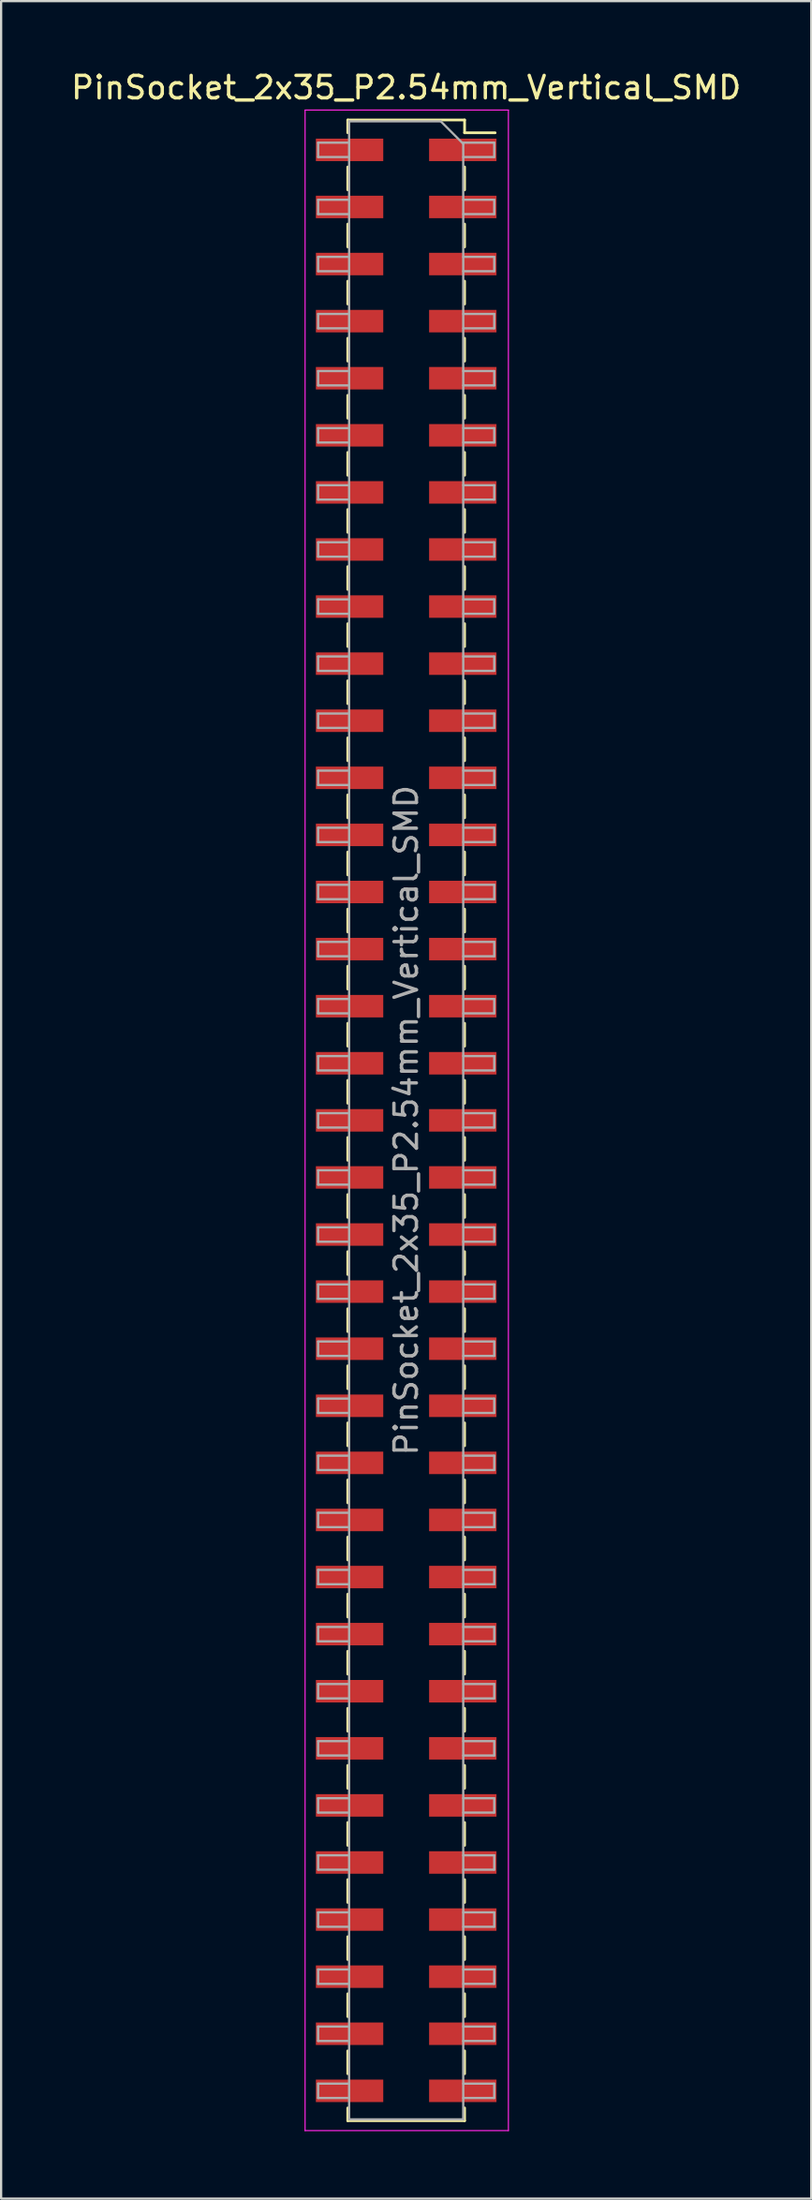
<source format=kicad_pcb>
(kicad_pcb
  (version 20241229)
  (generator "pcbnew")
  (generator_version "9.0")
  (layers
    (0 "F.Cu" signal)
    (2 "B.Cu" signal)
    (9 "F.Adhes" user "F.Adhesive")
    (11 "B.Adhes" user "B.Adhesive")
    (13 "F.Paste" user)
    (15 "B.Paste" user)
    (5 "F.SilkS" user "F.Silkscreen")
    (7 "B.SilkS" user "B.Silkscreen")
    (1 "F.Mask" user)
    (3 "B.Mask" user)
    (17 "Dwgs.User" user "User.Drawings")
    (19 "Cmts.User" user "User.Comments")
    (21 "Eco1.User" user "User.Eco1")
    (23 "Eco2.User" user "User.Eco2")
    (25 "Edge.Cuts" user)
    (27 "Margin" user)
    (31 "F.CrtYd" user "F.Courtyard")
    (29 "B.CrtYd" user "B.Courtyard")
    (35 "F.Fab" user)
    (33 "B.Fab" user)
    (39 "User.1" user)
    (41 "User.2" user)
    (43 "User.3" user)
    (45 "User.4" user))
  (footprint "PinSocket_2x35_P2.54mm_Vertical_SMD"
    (layer "F.Cu")
    (at 15.03 46.798)
    (property "Reference" "PinSocket_2x35_P2.54mm_Vertical_SMD" (at 0 -45.95 0) (layer "F.SilkS") (effects (font (size 1 1) (thickness 0.15))))
    (attr smd)
    (fp_line (start -2.6 -44.51) (end -2.6 -43.94) (stroke (width 0.12) (type solid)) (layer "F.SilkS"))
    (fp_line (start -2.6 -44.51) (end 2.6 -44.51) (stroke (width 0.12) (type solid)) (layer "F.SilkS"))
    (fp_line (start -2.6 -42.42) (end -2.6 -41.4) (stroke (width 0.12) (type solid)) (layer "F.SilkS"))
    (fp_line (start -2.6 -39.88) (end -2.6 -38.86) (stroke (width 0.12) (type solid)) (layer "F.SilkS"))
    (fp_line (start -2.6 -37.34) (end -2.6 -36.32) (stroke (width 0.12) (type solid)) (layer "F.SilkS"))
    (fp_line (start -2.6 -34.8) (end -2.6 -33.78) (stroke (width 0.12) (type solid)) (layer "F.SilkS"))
    (fp_line (start -2.6 -32.26) (end -2.6 -31.24) (stroke (width 0.12) (type solid)) (layer "F.SilkS"))
    (fp_line (start -2.6 -29.72) (end -2.6 -28.7) (stroke (width 0.12) (type solid)) (layer "F.SilkS"))
    (fp_line (start -2.6 -27.18) (end -2.6 -26.16) (stroke (width 0.12) (type solid)) (layer "F.SilkS"))
    (fp_line (start -2.6 -24.64) (end -2.6 -23.62) (stroke (width 0.12) (type solid)) (layer "F.SilkS"))
    (fp_line (start -2.6 -22.1) (end -2.6 -21.08) (stroke (width 0.12) (type solid)) (layer "F.SilkS"))
    (fp_line (start -2.6 -19.56) (end -2.6 -18.54) (stroke (width 0.12) (type solid)) (layer "F.SilkS"))
    (fp_line (start -2.6 -17.02) (end -2.6 -16) (stroke (width 0.12) (type solid)) (layer "F.SilkS"))
    (fp_line (start -2.6 -14.48) (end -2.6 -13.46) (stroke (width 0.12) (type solid)) (layer "F.SilkS"))
    (fp_line (start -2.6 -11.94) (end -2.6 -10.92) (stroke (width 0.12) (type solid)) (layer "F.SilkS"))
    (fp_line (start -2.6 -9.4) (end -2.6 -8.38) (stroke (width 0.12) (type solid)) (layer "F.SilkS"))
    (fp_line (start -2.6 -6.86) (end -2.6 -5.84) (stroke (width 0.12) (type solid)) (layer "F.SilkS"))
    (fp_line (start -2.6 -4.32) (end -2.6 -3.3) (stroke (width 0.12) (type solid)) (layer "F.SilkS"))
    (fp_line (start -2.6 -1.78) (end -2.6 -0.76) (stroke (width 0.12) (type solid)) (layer "F.SilkS"))
    (fp_line (start -2.6 0.76) (end -2.6 1.78) (stroke (width 0.12) (type solid)) (layer "F.SilkS"))
    (fp_line (start -2.6 3.3) (end -2.6 4.32) (stroke (width 0.12) (type solid)) (layer "F.SilkS"))
    (fp_line (start -2.6 5.84) (end -2.6 6.86) (stroke (width 0.12) (type solid)) (layer "F.SilkS"))
    (fp_line (start -2.6 8.38) (end -2.6 9.4) (stroke (width 0.12) (type solid)) (layer "F.SilkS"))
    (fp_line (start -2.6 10.92) (end -2.6 11.94) (stroke (width 0.12) (type solid)) (layer "F.SilkS"))
    (fp_line (start -2.6 13.46) (end -2.6 14.48) (stroke (width 0.12) (type solid)) (layer "F.SilkS"))
    (fp_line (start -2.6 16) (end -2.6 17.02) (stroke (width 0.12) (type solid)) (layer "F.SilkS"))
    (fp_line (start -2.6 18.54) (end -2.6 19.56) (stroke (width 0.12) (type solid)) (layer "F.SilkS"))
    (fp_line (start -2.6 21.08) (end -2.6 22.1) (stroke (width 0.12) (type solid)) (layer "F.SilkS"))
    (fp_line (start -2.6 23.62) (end -2.6 24.64) (stroke (width 0.12) (type solid)) (layer "F.SilkS"))
    (fp_line (start -2.6 26.16) (end -2.6 27.18) (stroke (width 0.12) (type solid)) (layer "F.SilkS"))
    (fp_line (start -2.6 28.7) (end -2.6 29.72) (stroke (width 0.12) (type solid)) (layer "F.SilkS"))
    (fp_line (start -2.6 31.24) (end -2.6 32.26) (stroke (width 0.12) (type solid)) (layer "F.SilkS"))
    (fp_line (start -2.6 33.78) (end -2.6 34.8) (stroke (width 0.12) (type solid)) (layer "F.SilkS"))
    (fp_line (start -2.6 36.32) (end -2.6 37.34) (stroke (width 0.12) (type solid)) (layer "F.SilkS"))
    (fp_line (start -2.6 38.86) (end -2.6 39.88) (stroke (width 0.12) (type solid)) (layer "F.SilkS"))
    (fp_line (start -2.6 41.4) (end -2.6 42.42) (stroke (width 0.12) (type solid)) (layer "F.SilkS"))
    (fp_line (start -2.6 43.94) (end -2.6 44.51) (stroke (width 0.12) (type solid)) (layer "F.SilkS"))
    (fp_line (start -2.6 44.51) (end 2.6 44.51) (stroke (width 0.12) (type solid)) (layer "F.SilkS"))
    (fp_line (start 2.6 -44.51) (end 2.6 -43.94) (stroke (width 0.12) (type solid)) (layer "F.SilkS"))
    (fp_line (start 2.6 -43.94) (end 3.96 -43.94) (stroke (width 0.12) (type solid)) (layer "F.SilkS"))
    (fp_line (start 2.6 -42.42) (end 2.6 -41.4) (stroke (width 0.12) (type solid)) (layer "F.SilkS"))
    (fp_line (start 2.6 -39.88) (end 2.6 -38.86) (stroke (width 0.12) (type solid)) (layer "F.SilkS"))
    (fp_line (start 2.6 -37.34) (end 2.6 -36.32) (stroke (width 0.12) (type solid)) (layer "F.SilkS"))
    (fp_line (start 2.6 -34.8) (end 2.6 -33.78) (stroke (width 0.12) (type solid)) (layer "F.SilkS"))
    (fp_line (start 2.6 -32.26) (end 2.6 -31.24) (stroke (width 0.12) (type solid)) (layer "F.SilkS"))
    (fp_line (start 2.6 -29.72) (end 2.6 -28.7) (stroke (width 0.12) (type solid)) (layer "F.SilkS"))
    (fp_line (start 2.6 -27.18) (end 2.6 -26.16) (stroke (width 0.12) (type solid)) (layer "F.SilkS"))
    (fp_line (start 2.6 -24.64) (end 2.6 -23.62) (stroke (width 0.12) (type solid)) (layer "F.SilkS"))
    (fp_line (start 2.6 -22.1) (end 2.6 -21.08) (stroke (width 0.12) (type solid)) (layer "F.SilkS"))
    (fp_line (start 2.6 -19.56) (end 2.6 -18.54) (stroke (width 0.12) (type solid)) (layer "F.SilkS"))
    (fp_line (start 2.6 -17.02) (end 2.6 -16) (stroke (width 0.12) (type solid)) (layer "F.SilkS"))
    (fp_line (start 2.6 -14.48) (end 2.6 -13.46) (stroke (width 0.12) (type solid)) (layer "F.SilkS"))
    (fp_line (start 2.6 -11.94) (end 2.6 -10.92) (stroke (width 0.12) (type solid)) (layer "F.SilkS"))
    (fp_line (start 2.6 -9.4) (end 2.6 -8.38) (stroke (width 0.12) (type solid)) (layer "F.SilkS"))
    (fp_line (start 2.6 -6.86) (end 2.6 -5.84) (stroke (width 0.12) (type solid)) (layer "F.SilkS"))
    (fp_line (start 2.6 -4.32) (end 2.6 -3.3) (stroke (width 0.12) (type solid)) (layer "F.SilkS"))
    (fp_line (start 2.6 -1.78) (end 2.6 -0.76) (stroke (width 0.12) (type solid)) (layer "F.SilkS"))
    (fp_line (start 2.6 0.76) (end 2.6 1.78) (stroke (width 0.12) (type solid)) (layer "F.SilkS"))
    (fp_line (start 2.6 3.3) (end 2.6 4.32) (stroke (width 0.12) (type solid)) (layer "F.SilkS"))
    (fp_line (start 2.6 5.84) (end 2.6 6.86) (stroke (width 0.12) (type solid)) (layer "F.SilkS"))
    (fp_line (start 2.6 8.38) (end 2.6 9.4) (stroke (width 0.12) (type solid)) (layer "F.SilkS"))
    (fp_line (start 2.6 10.92) (end 2.6 11.94) (stroke (width 0.12) (type solid)) (layer "F.SilkS"))
    (fp_line (start 2.6 13.46) (end 2.6 14.48) (stroke (width 0.12) (type solid)) (layer "F.SilkS"))
    (fp_line (start 2.6 16) (end 2.6 17.02) (stroke (width 0.12) (type solid)) (layer "F.SilkS"))
    (fp_line (start 2.6 18.54) (end 2.6 19.56) (stroke (width 0.12) (type solid)) (layer "F.SilkS"))
    (fp_line (start 2.6 21.08) (end 2.6 22.1) (stroke (width 0.12) (type solid)) (layer "F.SilkS"))
    (fp_line (start 2.6 23.62) (end 2.6 24.64) (stroke (width 0.12) (type solid)) (layer "F.SilkS"))
    (fp_line (start 2.6 26.16) (end 2.6 27.18) (stroke (width 0.12) (type solid)) (layer "F.SilkS"))
    (fp_line (start 2.6 28.7) (end 2.6 29.72) (stroke (width 0.12) (type solid)) (layer "F.SilkS"))
    (fp_line (start 2.6 31.24) (end 2.6 32.26) (stroke (width 0.12) (type solid)) (layer "F.SilkS"))
    (fp_line (start 2.6 33.78) (end 2.6 34.8) (stroke (width 0.12) (type solid)) (layer "F.SilkS"))
    (fp_line (start 2.6 36.32) (end 2.6 37.34) (stroke (width 0.12) (type solid)) (layer "F.SilkS"))
    (fp_line (start 2.6 38.86) (end 2.6 39.88) (stroke (width 0.12) (type solid)) (layer "F.SilkS"))
    (fp_line (start 2.6 41.4) (end 2.6 42.42) (stroke (width 0.12) (type solid)) (layer "F.SilkS"))
    (fp_line (start 2.6 43.94) (end 2.6 44.51) (stroke (width 0.12) (type solid)) (layer "F.SilkS"))
    (fp_line (start -4.5 -44.95) (end 4.55 -44.95) (stroke (width 0.05) (type solid)) (layer "F.CrtYd"))
    (fp_line (start -4.5 44.95) (end -4.5 -44.95) (stroke (width 0.05) (type solid)) (layer "F.CrtYd"))
    (fp_line (start 4.55 -44.95) (end 4.55 44.95) (stroke (width 0.05) (type solid)) (layer "F.CrtYd"))
    (fp_line (start 4.55 44.95) (end -4.5 44.95) (stroke (width 0.05) (type solid)) (layer "F.CrtYd"))
    (fp_line (start -3.92 -43.5) (end -2.54 -43.5) (stroke (width 0.1) (type solid)) (layer "F.Fab"))
    (fp_line (start -3.92 -42.86) (end -3.92 -43.5) (stroke (width 0.1) (type solid)) (layer "F.Fab"))
    (fp_line (start -3.92 -40.96) (end -2.54 -40.96) (stroke (width 0.1) (type solid)) (layer "F.Fab"))
    (fp_line (start -3.92 -40.32) (end -3.92 -40.96) (stroke (width 0.1) (type solid)) (layer "F.Fab"))
    (fp_line (start -3.92 -38.42) (end -2.54 -38.42) (stroke (width 0.1) (type solid)) (layer "F.Fab"))
    (fp_line (start -3.92 -37.78) (end -3.92 -38.42) (stroke (width 0.1) (type solid)) (layer "F.Fab"))
    (fp_line (start -3.92 -35.88) (end -2.54 -35.88) (stroke (width 0.1) (type solid)) (layer "F.Fab"))
    (fp_line (start -3.92 -35.24) (end -3.92 -35.88) (stroke (width 0.1) (type solid)) (layer "F.Fab"))
    (fp_line (start -3.92 -33.34) (end -2.54 -33.34) (stroke (width 0.1) (type solid)) (layer "F.Fab"))
    (fp_line (start -3.92 -32.7) (end -3.92 -33.34) (stroke (width 0.1) (type solid)) (layer "F.Fab"))
    (fp_line (start -3.92 -30.8) (end -2.54 -30.8) (stroke (width 0.1) (type solid)) (layer "F.Fab"))
    (fp_line (start -3.92 -30.16) (end -3.92 -30.8) (stroke (width 0.1) (type solid)) (layer "F.Fab"))
    (fp_line (start -3.92 -28.26) (end -2.54 -28.26) (stroke (width 0.1) (type solid)) (layer "F.Fab"))
    (fp_line (start -3.92 -27.62) (end -3.92 -28.26) (stroke (width 0.1) (type solid)) (layer "F.Fab"))
    (fp_line (start -3.92 -25.72) (end -2.54 -25.72) (stroke (width 0.1) (type solid)) (layer "F.Fab"))
    (fp_line (start -3.92 -25.08) (end -3.92 -25.72) (stroke (width 0.1) (type solid)) (layer "F.Fab"))
    (fp_line (start -3.92 -23.18) (end -2.54 -23.18) (stroke (width 0.1) (type solid)) (layer "F.Fab"))
    (fp_line (start -3.92 -22.54) (end -3.92 -23.18) (stroke (width 0.1) (type solid)) (layer "F.Fab"))
    (fp_line (start -3.92 -20.64) (end -2.54 -20.64) (stroke (width 0.1) (type solid)) (layer "F.Fab"))
    (fp_line (start -3.92 -20) (end -3.92 -20.64) (stroke (width 0.1) (type solid)) (layer "F.Fab"))
    (fp_line (start -3.92 -18.1) (end -2.54 -18.1) (stroke (width 0.1) (type solid)) (layer "F.Fab"))
    (fp_line (start -3.92 -17.46) (end -3.92 -18.1) (stroke (width 0.1) (type solid)) (layer "F.Fab"))
    (fp_line (start -3.92 -15.56) (end -2.54 -15.56) (stroke (width 0.1) (type solid)) (layer "F.Fab"))
    (fp_line (start -3.92 -14.92) (end -3.92 -15.56) (stroke (width 0.1) (type solid)) (layer "F.Fab"))
    (fp_line (start -3.92 -13.02) (end -2.54 -13.02) (stroke (width 0.1) (type solid)) (layer "F.Fab"))
    (fp_line (start -3.92 -12.38) (end -3.92 -13.02) (stroke (width 0.1) (type solid)) (layer "F.Fab"))
    (fp_line (start -3.92 -10.48) (end -2.54 -10.48) (stroke (width 0.1) (type solid)) (layer "F.Fab"))
    (fp_line (start -3.92 -9.84) (end -3.92 -10.48) (stroke (width 0.1) (type solid)) (layer "F.Fab"))
    (fp_line (start -3.92 -7.94) (end -2.54 -7.94) (stroke (width 0.1) (type solid)) (layer "F.Fab"))
    (fp_line (start -3.92 -7.3) (end -3.92 -7.94) (stroke (width 0.1) (type solid)) (layer "F.Fab"))
    (fp_line (start -3.92 -5.4) (end -2.54 -5.4) (stroke (width 0.1) (type solid)) (layer "F.Fab"))
    (fp_line (start -3.92 -4.76) (end -3.92 -5.4) (stroke (width 0.1) (type solid)) (layer "F.Fab"))
    (fp_line (start -3.92 -2.86) (end -2.54 -2.86) (stroke (width 0.1) (type solid)) (layer "F.Fab"))
    (fp_line (start -3.92 -2.22) (end -3.92 -2.86) (stroke (width 0.1) (type solid)) (layer "F.Fab"))
    (fp_line (start -3.92 -0.32) (end -2.54 -0.32) (stroke (width 0.1) (type solid)) (layer "F.Fab"))
    (fp_line (start -3.92 0.32) (end -3.92 -0.32) (stroke (width 0.1) (type solid)) (layer "F.Fab"))
    (fp_line (start -3.92 2.22) (end -2.54 2.22) (stroke (width 0.1) (type solid)) (layer "F.Fab"))
    (fp_line (start -3.92 2.86) (end -3.92 2.22) (stroke (width 0.1) (type solid)) (layer "F.Fab"))
    (fp_line (start -3.92 4.76) (end -2.54 4.76) (stroke (width 0.1) (type solid)) (layer "F.Fab"))
    (fp_line (start -3.92 5.4) (end -3.92 4.76) (stroke (width 0.1) (type solid)) (layer "F.Fab"))
    (fp_line (start -3.92 7.3) (end -2.54 7.3) (stroke (width 0.1) (type solid)) (layer "F.Fab"))
    (fp_line (start -3.92 7.94) (end -3.92 7.3) (stroke (width 0.1) (type solid)) (layer "F.Fab"))
    (fp_line (start -3.92 9.84) (end -2.54 9.84) (stroke (width 0.1) (type solid)) (layer "F.Fab"))
    (fp_line (start -3.92 10.48) (end -3.92 9.84) (stroke (width 0.1) (type solid)) (layer "F.Fab"))
    (fp_line (start -3.92 12.38) (end -2.54 12.38) (stroke (width 0.1) (type solid)) (layer "F.Fab"))
    (fp_line (start -3.92 13.02) (end -3.92 12.38) (stroke (width 0.1) (type solid)) (layer "F.Fab"))
    (fp_line (start -3.92 14.92) (end -2.54 14.92) (stroke (width 0.1) (type solid)) (layer "F.Fab"))
    (fp_line (start -3.92 15.56) (end -3.92 14.92) (stroke (width 0.1) (type solid)) (layer "F.Fab"))
    (fp_line (start -3.92 17.46) (end -2.54 17.46) (stroke (width 0.1) (type solid)) (layer "F.Fab"))
    (fp_line (start -3.92 18.1) (end -3.92 17.46) (stroke (width 0.1) (type solid)) (layer "F.Fab"))
    (fp_line (start -3.92 20) (end -2.54 20) (stroke (width 0.1) (type solid)) (layer "F.Fab"))
    (fp_line (start -3.92 20.64) (end -3.92 20) (stroke (width 0.1) (type solid)) (layer "F.Fab"))
    (fp_line (start -3.92 22.54) (end -2.54 22.54) (stroke (width 0.1) (type solid)) (layer "F.Fab"))
    (fp_line (start -3.92 23.18) (end -3.92 22.54) (stroke (width 0.1) (type solid)) (layer "F.Fab"))
    (fp_line (start -3.92 25.08) (end -2.54 25.08) (stroke (width 0.1) (type solid)) (layer "F.Fab"))
    (fp_line (start -3.92 25.72) (end -3.92 25.08) (stroke (width 0.1) (type solid)) (layer "F.Fab"))
    (fp_line (start -3.92 27.62) (end -2.54 27.62) (stroke (width 0.1) (type solid)) (layer "F.Fab"))
    (fp_line (start -3.92 28.26) (end -3.92 27.62) (stroke (width 0.1) (type solid)) (layer "F.Fab"))
    (fp_line (start -3.92 30.16) (end -2.54 30.16) (stroke (width 0.1) (type solid)) (layer "F.Fab"))
    (fp_line (start -3.92 30.8) (end -3.92 30.16) (stroke (width 0.1) (type solid)) (layer "F.Fab"))
    (fp_line (start -3.92 32.7) (end -2.54 32.7) (stroke (width 0.1) (type solid)) (layer "F.Fab"))
    (fp_line (start -3.92 33.34) (end -3.92 32.7) (stroke (width 0.1) (type solid)) (layer "F.Fab"))
    (fp_line (start -3.92 35.24) (end -2.54 35.24) (stroke (width 0.1) (type solid)) (layer "F.Fab"))
    (fp_line (start -3.92 35.88) (end -3.92 35.24) (stroke (width 0.1) (type solid)) (layer "F.Fab"))
    (fp_line (start -3.92 37.78) (end -2.54 37.78) (stroke (width 0.1) (type solid)) (layer "F.Fab"))
    (fp_line (start -3.92 38.42) (end -3.92 37.78) (stroke (width 0.1) (type solid)) (layer "F.Fab"))
    (fp_line (start -3.92 40.32) (end -2.54 40.32) (stroke (width 0.1) (type solid)) (layer "F.Fab"))
    (fp_line (start -3.92 40.96) (end -3.92 40.32) (stroke (width 0.1) (type solid)) (layer "F.Fab"))
    (fp_line (start -3.92 42.86) (end -2.54 42.86) (stroke (width 0.1) (type solid)) (layer "F.Fab"))
    (fp_line (start -3.92 43.5) (end -3.92 42.86) (stroke (width 0.1) (type solid)) (layer "F.Fab"))
    (fp_line (start -2.54 -44.45) (end 1.54 -44.45) (stroke (width 0.1) (type solid)) (layer "F.Fab"))
    (fp_line (start -2.54 -42.86) (end -3.92 -42.86) (stroke (width 0.1) (type solid)) (layer "F.Fab"))
    (fp_line (start -2.54 -40.32) (end -3.92 -40.32) (stroke (width 0.1) (type solid)) (layer "F.Fab"))
    (fp_line (start -2.54 -37.78) (end -3.92 -37.78) (stroke (width 0.1) (type solid)) (layer "F.Fab"))
    (fp_line (start -2.54 -35.24) (end -3.92 -35.24) (stroke (width 0.1) (type solid)) (layer "F.Fab"))
    (fp_line (start -2.54 -32.7) (end -3.92 -32.7) (stroke (width 0.1) (type solid)) (layer "F.Fab"))
    (fp_line (start -2.54 -30.16) (end -3.92 -30.16) (stroke (width 0.1) (type solid)) (layer "F.Fab"))
    (fp_line (start -2.54 -27.62) (end -3.92 -27.62) (stroke (width 0.1) (type solid)) (layer "F.Fab"))
    (fp_line (start -2.54 -25.08) (end -3.92 -25.08) (stroke (width 0.1) (type solid)) (layer "F.Fab"))
    (fp_line (start -2.54 -22.54) (end -3.92 -22.54) (stroke (width 0.1) (type solid)) (layer "F.Fab"))
    (fp_line (start -2.54 -20) (end -3.92 -20) (stroke (width 0.1) (type solid)) (layer "F.Fab"))
    (fp_line (start -2.54 -17.46) (end -3.92 -17.46) (stroke (width 0.1) (type solid)) (layer "F.Fab"))
    (fp_line (start -2.54 -14.92) (end -3.92 -14.92) (stroke (width 0.1) (type solid)) (layer "F.Fab"))
    (fp_line (start -2.54 -12.38) (end -3.92 -12.38) (stroke (width 0.1) (type solid)) (layer "F.Fab"))
    (fp_line (start -2.54 -9.84) (end -3.92 -9.84) (stroke (width 0.1) (type solid)) (layer "F.Fab"))
    (fp_line (start -2.54 -7.3) (end -3.92 -7.3) (stroke (width 0.1) (type solid)) (layer "F.Fab"))
    (fp_line (start -2.54 -4.76) (end -3.92 -4.76) (stroke (width 0.1) (type solid)) (layer "F.Fab"))
    (fp_line (start -2.54 -2.22) (end -3.92 -2.22) (stroke (width 0.1) (type solid)) (layer "F.Fab"))
    (fp_line (start -2.54 0.32) (end -3.92 0.32) (stroke (width 0.1) (type solid)) (layer "F.Fab"))
    (fp_line (start -2.54 2.86) (end -3.92 2.86) (stroke (width 0.1) (type solid)) (layer "F.Fab"))
    (fp_line (start -2.54 5.4) (end -3.92 5.4) (stroke (width 0.1) (type solid)) (layer "F.Fab"))
    (fp_line (start -2.54 7.94) (end -3.92 7.94) (stroke (width 0.1) (type solid)) (layer "F.Fab"))
    (fp_line (start -2.54 10.48) (end -3.92 10.48) (stroke (width 0.1) (type solid)) (layer "F.Fab"))
    (fp_line (start -2.54 13.02) (end -3.92 13.02) (stroke (width 0.1) (type solid)) (layer "F.Fab"))
    (fp_line (start -2.54 15.56) (end -3.92 15.56) (stroke (width 0.1) (type solid)) (layer "F.Fab"))
    (fp_line (start -2.54 18.1) (end -3.92 18.1) (stroke (width 0.1) (type solid)) (layer "F.Fab"))
    (fp_line (start -2.54 20.64) (end -3.92 20.64) (stroke (width 0.1) (type solid)) (layer "F.Fab"))
    (fp_line (start -2.54 23.18) (end -3.92 23.18) (stroke (width 0.1) (type solid)) (layer "F.Fab"))
    (fp_line (start -2.54 25.72) (end -3.92 25.72) (stroke (width 0.1) (type solid)) (layer "F.Fab"))
    (fp_line (start -2.54 28.26) (end -3.92 28.26) (stroke (width 0.1) (type solid)) (layer "F.Fab"))
    (fp_line (start -2.54 30.8) (end -3.92 30.8) (stroke (width 0.1) (type solid)) (layer "F.Fab"))
    (fp_line (start -2.54 33.34) (end -3.92 33.34) (stroke (width 0.1) (type solid)) (layer "F.Fab"))
    (fp_line (start -2.54 35.88) (end -3.92 35.88) (stroke (width 0.1) (type solid)) (layer "F.Fab"))
    (fp_line (start -2.54 38.42) (end -3.92 38.42) (stroke (width 0.1) (type solid)) (layer "F.Fab"))
    (fp_line (start -2.54 40.96) (end -3.92 40.96) (stroke (width 0.1) (type solid)) (layer "F.Fab"))
    (fp_line (start -2.54 43.5) (end -3.92 43.5) (stroke (width 0.1) (type solid)) (layer "F.Fab"))
    (fp_line (start -2.54 44.45) (end -2.54 -44.45) (stroke (width 0.1) (type solid)) (layer "F.Fab"))
    (fp_line (start 1.54 -44.45) (end 2.54 -43.45) (stroke (width 0.1) (type solid)) (layer "F.Fab"))
    (fp_line (start 2.54 -43.5) (end 3.92 -43.5) (stroke (width 0.1) (type solid)) (layer "F.Fab"))
    (fp_line (start 2.54 -43.45) (end 2.54 44.45) (stroke (width 0.1) (type solid)) (layer "F.Fab"))
    (fp_line (start 2.54 -40.96) (end 3.92 -40.96) (stroke (width 0.1) (type solid)) (layer "F.Fab"))
    (fp_line (start 2.54 -38.42) (end 3.92 -38.42) (stroke (width 0.1) (type solid)) (layer "F.Fab"))
    (fp_line (start 2.54 -35.88) (end 3.92 -35.88) (stroke (width 0.1) (type solid)) (layer "F.Fab"))
    (fp_line (start 2.54 -33.34) (end 3.92 -33.34) (stroke (width 0.1) (type solid)) (layer "F.Fab"))
    (fp_line (start 2.54 -30.8) (end 3.92 -30.8) (stroke (width 0.1) (type solid)) (layer "F.Fab"))
    (fp_line (start 2.54 -28.26) (end 3.92 -28.26) (stroke (width 0.1) (type solid)) (layer "F.Fab"))
    (fp_line (start 2.54 -25.72) (end 3.92 -25.72) (stroke (width 0.1) (type solid)) (layer "F.Fab"))
    (fp_line (start 2.54 -23.18) (end 3.92 -23.18) (stroke (width 0.1) (type solid)) (layer "F.Fab"))
    (fp_line (start 2.54 -20.64) (end 3.92 -20.64) (stroke (width 0.1) (type solid)) (layer "F.Fab"))
    (fp_line (start 2.54 -18.1) (end 3.92 -18.1) (stroke (width 0.1) (type solid)) (layer "F.Fab"))
    (fp_line (start 2.54 -15.56) (end 3.92 -15.56) (stroke (width 0.1) (type solid)) (layer "F.Fab"))
    (fp_line (start 2.54 -13.02) (end 3.92 -13.02) (stroke (width 0.1) (type solid)) (layer "F.Fab"))
    (fp_line (start 2.54 -10.48) (end 3.92 -10.48) (stroke (width 0.1) (type solid)) (layer "F.Fab"))
    (fp_line (start 2.54 -7.94) (end 3.92 -7.94) (stroke (width 0.1) (type solid)) (layer "F.Fab"))
    (fp_line (start 2.54 -5.4) (end 3.92 -5.4) (stroke (width 0.1) (type solid)) (layer "F.Fab"))
    (fp_line (start 2.54 -2.86) (end 3.92 -2.86) (stroke (width 0.1) (type solid)) (layer "F.Fab"))
    (fp_line (start 2.54 -0.32) (end 3.92 -0.32) (stroke (width 0.1) (type solid)) (layer "F.Fab"))
    (fp_line (start 2.54 2.22) (end 3.92 2.22) (stroke (width 0.1) (type solid)) (layer "F.Fab"))
    (fp_line (start 2.54 4.76) (end 3.92 4.76) (stroke (width 0.1) (type solid)) (layer "F.Fab"))
    (fp_line (start 2.54 7.3) (end 3.92 7.3) (stroke (width 0.1) (type solid)) (layer "F.Fab"))
    (fp_line (start 2.54 9.84) (end 3.92 9.84) (stroke (width 0.1) (type solid)) (layer "F.Fab"))
    (fp_line (start 2.54 12.38) (end 3.92 12.38) (stroke (width 0.1) (type solid)) (layer "F.Fab"))
    (fp_line (start 2.54 14.92) (end 3.92 14.92) (stroke (width 0.1) (type solid)) (layer "F.Fab"))
    (fp_line (start 2.54 17.46) (end 3.92 17.46) (stroke (width 0.1) (type solid)) (layer "F.Fab"))
    (fp_line (start 2.54 20) (end 3.92 20) (stroke (width 0.1) (type solid)) (layer "F.Fab"))
    (fp_line (start 2.54 22.54) (end 3.92 22.54) (stroke (width 0.1) (type solid)) (layer "F.Fab"))
    (fp_line (start 2.54 25.08) (end 3.92 25.08) (stroke (width 0.1) (type solid)) (layer "F.Fab"))
    (fp_line (start 2.54 27.62) (end 3.92 27.62) (stroke (width 0.1) (type solid)) (layer "F.Fab"))
    (fp_line (start 2.54 30.16) (end 3.92 30.16) (stroke (width 0.1) (type solid)) (layer "F.Fab"))
    (fp_line (start 2.54 32.7) (end 3.92 32.7) (stroke (width 0.1) (type solid)) (layer "F.Fab"))
    (fp_line (start 2.54 35.24) (end 3.92 35.24) (stroke (width 0.1) (type solid)) (layer "F.Fab"))
    (fp_line (start 2.54 37.78) (end 3.92 37.78) (stroke (width 0.1) (type solid)) (layer "F.Fab"))
    (fp_line (start 2.54 40.32) (end 3.92 40.32) (stroke (width 0.1) (type solid)) (layer "F.Fab"))
    (fp_line (start 2.54 42.86) (end 3.92 42.86) (stroke (width 0.1) (type solid)) (layer "F.Fab"))
    (fp_line (start 2.54 44.45) (end -2.54 44.45) (stroke (width 0.1) (type solid)) (layer "F.Fab"))
    (fp_line (start 3.92 -43.5) (end 3.92 -42.86) (stroke (width 0.1) (type solid)) (layer "F.Fab"))
    (fp_line (start 3.92 -42.86) (end 2.54 -42.86) (stroke (width 0.1) (type solid)) (layer "F.Fab"))
    (fp_line (start 3.92 -40.96) (end 3.92 -40.32) (stroke (width 0.1) (type solid)) (layer "F.Fab"))
    (fp_line (start 3.92 -40.32) (end 2.54 -40.32) (stroke (width 0.1) (type solid)) (layer "F.Fab"))
    (fp_line (start 3.92 -38.42) (end 3.92 -37.78) (stroke (width 0.1) (type solid)) (layer "F.Fab"))
    (fp_line (start 3.92 -37.78) (end 2.54 -37.78) (stroke (width 0.1) (type solid)) (layer "F.Fab"))
    (fp_line (start 3.92 -35.88) (end 3.92 -35.24) (stroke (width 0.1) (type solid)) (layer "F.Fab"))
    (fp_line (start 3.92 -35.24) (end 2.54 -35.24) (stroke (width 0.1) (type solid)) (layer "F.Fab"))
    (fp_line (start 3.92 -33.34) (end 3.92 -32.7) (stroke (width 0.1) (type solid)) (layer "F.Fab"))
    (fp_line (start 3.92 -32.7) (end 2.54 -32.7) (stroke (width 0.1) (type solid)) (layer "F.Fab"))
    (fp_line (start 3.92 -30.8) (end 3.92 -30.16) (stroke (width 0.1) (type solid)) (layer "F.Fab"))
    (fp_line (start 3.92 -30.16) (end 2.54 -30.16) (stroke (width 0.1) (type solid)) (layer "F.Fab"))
    (fp_line (start 3.92 -28.26) (end 3.92 -27.62) (stroke (width 0.1) (type solid)) (layer "F.Fab"))
    (fp_line (start 3.92 -27.62) (end 2.54 -27.62) (stroke (width 0.1) (type solid)) (layer "F.Fab"))
    (fp_line (start 3.92 -25.72) (end 3.92 -25.08) (stroke (width 0.1) (type solid)) (layer "F.Fab"))
    (fp_line (start 3.92 -25.08) (end 2.54 -25.08) (stroke (width 0.1) (type solid)) (layer "F.Fab"))
    (fp_line (start 3.92 -23.18) (end 3.92 -22.54) (stroke (width 0.1) (type solid)) (layer "F.Fab"))
    (fp_line (start 3.92 -22.54) (end 2.54 -22.54) (stroke (width 0.1) (type solid)) (layer "F.Fab"))
    (fp_line (start 3.92 -20.64) (end 3.92 -20) (stroke (width 0.1) (type solid)) (layer "F.Fab"))
    (fp_line (start 3.92 -20) (end 2.54 -20) (stroke (width 0.1) (type solid)) (layer "F.Fab"))
    (fp_line (start 3.92 -18.1) (end 3.92 -17.46) (stroke (width 0.1) (type solid)) (layer "F.Fab"))
    (fp_line (start 3.92 -17.46) (end 2.54 -17.46) (stroke (width 0.1) (type solid)) (layer "F.Fab"))
    (fp_line (start 3.92 -15.56) (end 3.92 -14.92) (stroke (width 0.1) (type solid)) (layer "F.Fab"))
    (fp_line (start 3.92 -14.92) (end 2.54 -14.92) (stroke (width 0.1) (type solid)) (layer "F.Fab"))
    (fp_line (start 3.92 -13.02) (end 3.92 -12.38) (stroke (width 0.1) (type solid)) (layer "F.Fab"))
    (fp_line (start 3.92 -12.38) (end 2.54 -12.38) (stroke (width 0.1) (type solid)) (layer "F.Fab"))
    (fp_line (start 3.92 -10.48) (end 3.92 -9.84) (stroke (width 0.1) (type solid)) (layer "F.Fab"))
    (fp_line (start 3.92 -9.84) (end 2.54 -9.84) (stroke (width 0.1) (type solid)) (layer "F.Fab"))
    (fp_line (start 3.92 -7.94) (end 3.92 -7.3) (stroke (width 0.1) (type solid)) (layer "F.Fab"))
    (fp_line (start 3.92 -7.3) (end 2.54 -7.3) (stroke (width 0.1) (type solid)) (layer "F.Fab"))
    (fp_line (start 3.92 -5.4) (end 3.92 -4.76) (stroke (width 0.1) (type solid)) (layer "F.Fab"))
    (fp_line (start 3.92 -4.76) (end 2.54 -4.76) (stroke (width 0.1) (type solid)) (layer "F.Fab"))
    (fp_line (start 3.92 -2.86) (end 3.92 -2.22) (stroke (width 0.1) (type solid)) (layer "F.Fab"))
    (fp_line (start 3.92 -2.22) (end 2.54 -2.22) (stroke (width 0.1) (type solid)) (layer "F.Fab"))
    (fp_line (start 3.92 -0.32) (end 3.92 0.32) (stroke (width 0.1) (type solid)) (layer "F.Fab"))
    (fp_line (start 3.92 0.32) (end 2.54 0.32) (stroke (width 0.1) (type solid)) (layer "F.Fab"))
    (fp_line (start 3.92 2.22) (end 3.92 2.86) (stroke (width 0.1) (type solid)) (layer "F.Fab"))
    (fp_line (start 3.92 2.86) (end 2.54 2.86) (stroke (width 0.1) (type solid)) (layer "F.Fab"))
    (fp_line (start 3.92 4.76) (end 3.92 5.4) (stroke (width 0.1) (type solid)) (layer "F.Fab"))
    (fp_line (start 3.92 5.4) (end 2.54 5.4) (stroke (width 0.1) (type solid)) (layer "F.Fab"))
    (fp_line (start 3.92 7.3) (end 3.92 7.94) (stroke (width 0.1) (type solid)) (layer "F.Fab"))
    (fp_line (start 3.92 7.94) (end 2.54 7.94) (stroke (width 0.1) (type solid)) (layer "F.Fab"))
    (fp_line (start 3.92 9.84) (end 3.92 10.48) (stroke (width 0.1) (type solid)) (layer "F.Fab"))
    (fp_line (start 3.92 10.48) (end 2.54 10.48) (stroke (width 0.1) (type solid)) (layer "F.Fab"))
    (fp_line (start 3.92 12.38) (end 3.92 13.02) (stroke (width 0.1) (type solid)) (layer "F.Fab"))
    (fp_line (start 3.92 13.02) (end 2.54 13.02) (stroke (width 0.1) (type solid)) (layer "F.Fab"))
    (fp_line (start 3.92 14.92) (end 3.92 15.56) (stroke (width 0.1) (type solid)) (layer "F.Fab"))
    (fp_line (start 3.92 15.56) (end 2.54 15.56) (stroke (width 0.1) (type solid)) (layer "F.Fab"))
    (fp_line (start 3.92 17.46) (end 3.92 18.1) (stroke (width 0.1) (type solid)) (layer "F.Fab"))
    (fp_line (start 3.92 18.1) (end 2.54 18.1) (stroke (width 0.1) (type solid)) (layer "F.Fab"))
    (fp_line (start 3.92 20) (end 3.92 20.64) (stroke (width 0.1) (type solid)) (layer "F.Fab"))
    (fp_line (start 3.92 20.64) (end 2.54 20.64) (stroke (width 0.1) (type solid)) (layer "F.Fab"))
    (fp_line (start 3.92 22.54) (end 3.92 23.18) (stroke (width 0.1) (type solid)) (layer "F.Fab"))
    (fp_line (start 3.92 23.18) (end 2.54 23.18) (stroke (width 0.1) (type solid)) (layer "F.Fab"))
    (fp_line (start 3.92 25.08) (end 3.92 25.72) (stroke (width 0.1) (type solid)) (layer "F.Fab"))
    (fp_line (start 3.92 25.72) (end 2.54 25.72) (stroke (width 0.1) (type solid)) (layer "F.Fab"))
    (fp_line (start 3.92 27.62) (end 3.92 28.26) (stroke (width 0.1) (type solid)) (layer "F.Fab"))
    (fp_line (start 3.92 28.26) (end 2.54 28.26) (stroke (width 0.1) (type solid)) (layer "F.Fab"))
    (fp_line (start 3.92 30.16) (end 3.92 30.8) (stroke (width 0.1) (type solid)) (layer "F.Fab"))
    (fp_line (start 3.92 30.8) (end 2.54 30.8) (stroke (width 0.1) (type solid)) (layer "F.Fab"))
    (fp_line (start 3.92 32.7) (end 3.92 33.34) (stroke (width 0.1) (type solid)) (layer "F.Fab"))
    (fp_line (start 3.92 33.34) (end 2.54 33.34) (stroke (width 0.1) (type solid)) (layer "F.Fab"))
    (fp_line (start 3.92 35.24) (end 3.92 35.88) (stroke (width 0.1) (type solid)) (layer "F.Fab"))
    (fp_line (start 3.92 35.88) (end 2.54 35.88) (stroke (width 0.1) (type solid)) (layer "F.Fab"))
    (fp_line (start 3.92 37.78) (end 3.92 38.42) (stroke (width 0.1) (type solid)) (layer "F.Fab"))
    (fp_line (start 3.92 38.42) (end 2.54 38.42) (stroke (width 0.1) (type solid)) (layer "F.Fab"))
    (fp_line (start 3.92 40.32) (end 3.92 40.96) (stroke (width 0.1) (type solid)) (layer "F.Fab"))
    (fp_line (start 3.92 40.96) (end 2.54 40.96) (stroke (width 0.1) (type solid)) (layer "F.Fab"))
    (fp_line (start 3.92 42.86) (end 3.92 43.5) (stroke (width 0.1) (type solid)) (layer "F.Fab"))
    (fp_line (start 3.92 43.5) (end 2.54 43.5) (stroke (width 0.1) (type solid)) (layer "F.Fab"))
    (fp_text user "${REFERENCE}" (at 0 0 90) (layer "F.Fab") (effects (font (size 1 1) (thickness 0.15))))
    (pad "1" smd rect (at 2.52 -43.18) (size 3 1) (layers "F.Cu" "F.Mask" "F.Paste"))
    (pad "2" smd rect (at -2.52 -43.18) (size 3 1) (layers "F.Cu" "F.Mask" "F.Paste"))
    (pad "3" smd rect (at 2.52 -40.64) (size 3 1) (layers "F.Cu" "F.Mask" "F.Paste"))
    (pad "4" smd rect (at -2.52 -40.64) (size 3 1) (layers "F.Cu" "F.Mask" "F.Paste"))
    (pad "5" smd rect (at 2.52 -38.1) (size 3 1) (layers "F.Cu" "F.Mask" "F.Paste"))
    (pad "6" smd rect (at -2.52 -38.1) (size 3 1) (layers "F.Cu" "F.Mask" "F.Paste"))
    (pad "7" smd rect (at 2.52 -35.56) (size 3 1) (layers "F.Cu" "F.Mask" "F.Paste"))
    (pad "8" smd rect (at -2.52 -35.56) (size 3 1) (layers "F.Cu" "F.Mask" "F.Paste"))
    (pad "9" smd rect (at 2.52 -33.02) (size 3 1) (layers "F.Cu" "F.Mask" "F.Paste"))
    (pad "10" smd rect (at -2.52 -33.02) (size 3 1) (layers "F.Cu" "F.Mask" "F.Paste"))
    (pad "11" smd rect (at 2.52 -30.48) (size 3 1) (layers "F.Cu" "F.Mask" "F.Paste"))
    (pad "12" smd rect (at -2.52 -30.48) (size 3 1) (layers "F.Cu" "F.Mask" "F.Paste"))
    (pad "13" smd rect (at 2.52 -27.94) (size 3 1) (layers "F.Cu" "F.Mask" "F.Paste"))
    (pad "14" smd rect (at -2.52 -27.94) (size 3 1) (layers "F.Cu" "F.Mask" "F.Paste"))
    (pad "15" smd rect (at 2.52 -25.4) (size 3 1) (layers "F.Cu" "F.Mask" "F.Paste"))
    (pad "16" smd rect (at -2.52 -25.4) (size 3 1) (layers "F.Cu" "F.Mask" "F.Paste"))
    (pad "17" smd rect (at 2.52 -22.86) (size 3 1) (layers "F.Cu" "F.Mask" "F.Paste"))
    (pad "18" smd rect (at -2.52 -22.86) (size 3 1) (layers "F.Cu" "F.Mask" "F.Paste"))
    (pad "19" smd rect (at 2.52 -20.32) (size 3 1) (layers "F.Cu" "F.Mask" "F.Paste"))
    (pad "20" smd rect (at -2.52 -20.32) (size 3 1) (layers "F.Cu" "F.Mask" "F.Paste"))
    (pad "21" smd rect (at 2.52 -17.78) (size 3 1) (layers "F.Cu" "F.Mask" "F.Paste"))
    (pad "22" smd rect (at -2.52 -17.78) (size 3 1) (layers "F.Cu" "F.Mask" "F.Paste"))
    (pad "23" smd rect (at 2.52 -15.24) (size 3 1) (layers "F.Cu" "F.Mask" "F.Paste"))
    (pad "24" smd rect (at -2.52 -15.24) (size 3 1) (layers "F.Cu" "F.Mask" "F.Paste"))
    (pad "25" smd rect (at 2.52 -12.7) (size 3 1) (layers "F.Cu" "F.Mask" "F.Paste"))
    (pad "26" smd rect (at -2.52 -12.7) (size 3 1) (layers "F.Cu" "F.Mask" "F.Paste"))
    (pad "27" smd rect (at 2.52 -10.16) (size 3 1) (layers "F.Cu" "F.Mask" "F.Paste"))
    (pad "28" smd rect (at -2.52 -10.16) (size 3 1) (layers "F.Cu" "F.Mask" "F.Paste"))
    (pad "29" smd rect (at 2.52 -7.62) (size 3 1) (layers "F.Cu" "F.Mask" "F.Paste"))
    (pad "30" smd rect (at -2.52 -7.62) (size 3 1) (layers "F.Cu" "F.Mask" "F.Paste"))
    (pad "31" smd rect (at 2.52 -5.08) (size 3 1) (layers "F.Cu" "F.Mask" "F.Paste"))
    (pad "32" smd rect (at -2.52 -5.08) (size 3 1) (layers "F.Cu" "F.Mask" "F.Paste"))
    (pad "33" smd rect (at 2.52 -2.54) (size 3 1) (layers "F.Cu" "F.Mask" "F.Paste"))
    (pad "34" smd rect (at -2.52 -2.54) (size 3 1) (layers "F.Cu" "F.Mask" "F.Paste"))
    (pad "35" smd rect (at 2.52 0) (size 3 1) (layers "F.Cu" "F.Mask" "F.Paste"))
    (pad "36" smd rect (at -2.52 0) (size 3 1) (layers "F.Cu" "F.Mask" "F.Paste"))
    (pad "37" smd rect (at 2.52 2.54) (size 3 1) (layers "F.Cu" "F.Mask" "F.Paste"))
    (pad "38" smd rect (at -2.52 2.54) (size 3 1) (layers "F.Cu" "F.Mask" "F.Paste"))
    (pad "39" smd rect (at 2.52 5.08) (size 3 1) (layers "F.Cu" "F.Mask" "F.Paste"))
    (pad "40" smd rect (at -2.52 5.08) (size 3 1) (layers "F.Cu" "F.Mask" "F.Paste"))
    (pad "41" smd rect (at 2.52 7.62) (size 3 1) (layers "F.Cu" "F.Mask" "F.Paste"))
    (pad "42" smd rect (at -2.52 7.62) (size 3 1) (layers "F.Cu" "F.Mask" "F.Paste"))
    (pad "43" smd rect (at 2.52 10.16) (size 3 1) (layers "F.Cu" "F.Mask" "F.Paste"))
    (pad "44" smd rect (at -2.52 10.16) (size 3 1) (layers "F.Cu" "F.Mask" "F.Paste"))
    (pad "45" smd rect (at 2.52 12.7) (size 3 1) (layers "F.Cu" "F.Mask" "F.Paste"))
    (pad "46" smd rect (at -2.52 12.7) (size 3 1) (layers "F.Cu" "F.Mask" "F.Paste"))
    (pad "47" smd rect (at 2.52 15.24) (size 3 1) (layers "F.Cu" "F.Mask" "F.Paste"))
    (pad "48" smd rect (at -2.52 15.24) (size 3 1) (layers "F.Cu" "F.Mask" "F.Paste"))
    (pad "49" smd rect (at 2.52 17.78) (size 3 1) (layers "F.Cu" "F.Mask" "F.Paste"))
    (pad "50" smd rect (at -2.52 17.78) (size 3 1) (layers "F.Cu" "F.Mask" "F.Paste"))
    (pad "51" smd rect (at 2.52 20.32) (size 3 1) (layers "F.Cu" "F.Mask" "F.Paste"))
    (pad "52" smd rect (at -2.52 20.32) (size 3 1) (layers "F.Cu" "F.Mask" "F.Paste"))
    (pad "53" smd rect (at 2.52 22.86) (size 3 1) (layers "F.Cu" "F.Mask" "F.Paste"))
    (pad "54" smd rect (at -2.52 22.86) (size 3 1) (layers "F.Cu" "F.Mask" "F.Paste"))
    (pad "55" smd rect (at 2.52 25.4) (size 3 1) (layers "F.Cu" "F.Mask" "F.Paste"))
    (pad "56" smd rect (at -2.52 25.4) (size 3 1) (layers "F.Cu" "F.Mask" "F.Paste"))
    (pad "57" smd rect (at 2.52 27.94) (size 3 1) (layers "F.Cu" "F.Mask" "F.Paste"))
    (pad "58" smd rect (at -2.52 27.94) (size 3 1) (layers "F.Cu" "F.Mask" "F.Paste"))
    (pad "59" smd rect (at 2.52 30.48) (size 3 1) (layers "F.Cu" "F.Mask" "F.Paste"))
    (pad "60" smd rect (at -2.52 30.48) (size 3 1) (layers "F.Cu" "F.Mask" "F.Paste"))
    (pad "61" smd rect (at 2.52 33.02) (size 3 1) (layers "F.Cu" "F.Mask" "F.Paste"))
    (pad "62" smd rect (at -2.52 33.02) (size 3 1) (layers "F.Cu" "F.Mask" "F.Paste"))
    (pad "63" smd rect (at 2.52 35.56) (size 3 1) (layers "F.Cu" "F.Mask" "F.Paste"))
    (pad "64" smd rect (at -2.52 35.56) (size 3 1) (layers "F.Cu" "F.Mask" "F.Paste"))
    (pad "65" smd rect (at 2.52 38.1) (size 3 1) (layers "F.Cu" "F.Mask" "F.Paste"))
    (pad "66" smd rect (at -2.52 38.1) (size 3 1) (layers "F.Cu" "F.Mask" "F.Paste"))
    (pad "67" smd rect (at 2.52 40.64) (size 3 1) (layers "F.Cu" "F.Mask" "F.Paste"))
    (pad "68" smd rect (at -2.52 40.64) (size 3 1) (layers "F.Cu" "F.Mask" "F.Paste"))
    (pad "69" smd rect (at 2.52 43.18) (size 3 1) (layers "F.Cu" "F.Mask" "F.Paste"))
    (pad "70" smd rect (at -2.52 43.18) (size 3 1) (layers "F.Cu" "F.Mask" "F.Paste")))
  (gr_rect
    (start -3 -3)
    (end 33.06 94.773)
    (stroke (width 0.1) (type default))
    (fill no)
    (layer "Edge.Cuts")))
</source>
